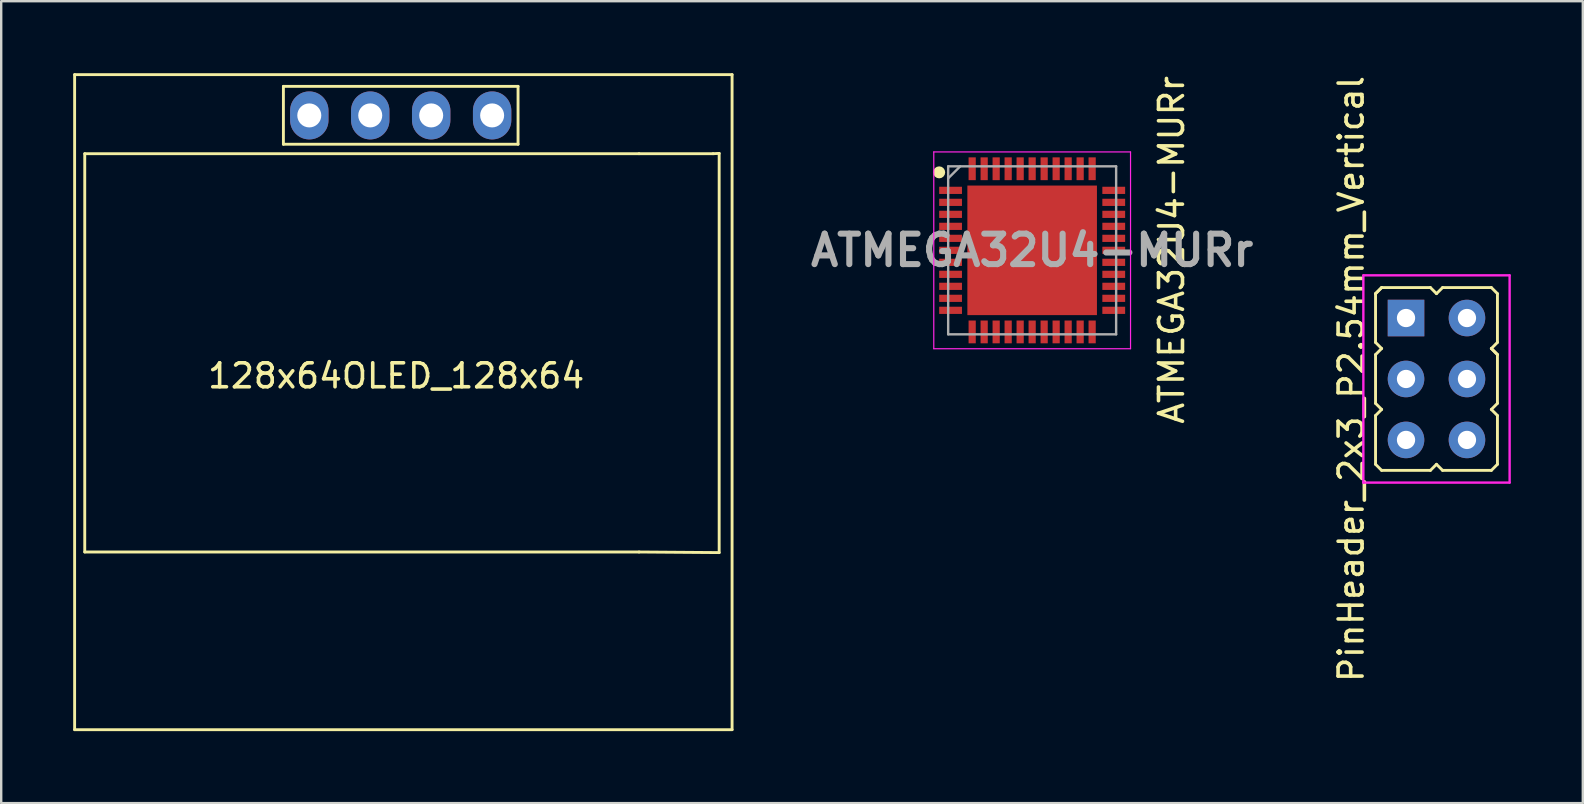
<source format=kicad_pcb>
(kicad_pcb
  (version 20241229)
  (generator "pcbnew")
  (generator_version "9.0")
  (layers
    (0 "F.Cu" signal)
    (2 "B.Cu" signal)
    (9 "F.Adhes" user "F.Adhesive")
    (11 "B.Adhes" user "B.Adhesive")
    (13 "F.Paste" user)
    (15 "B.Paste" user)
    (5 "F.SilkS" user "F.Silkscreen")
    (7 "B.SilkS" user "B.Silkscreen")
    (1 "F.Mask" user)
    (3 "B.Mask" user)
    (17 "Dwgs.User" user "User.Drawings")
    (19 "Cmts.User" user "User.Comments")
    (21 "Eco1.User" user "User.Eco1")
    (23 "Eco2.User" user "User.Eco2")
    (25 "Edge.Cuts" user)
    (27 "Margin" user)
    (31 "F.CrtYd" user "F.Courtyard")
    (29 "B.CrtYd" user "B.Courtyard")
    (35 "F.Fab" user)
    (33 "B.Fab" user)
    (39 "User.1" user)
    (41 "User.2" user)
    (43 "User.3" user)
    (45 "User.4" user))
  (footprint "ATMEGA32U4-MURr"
    (layer "F.Cu")
    (at 39.966 7.383)
    (property "Reference" "ATMEGA32U4-MURr" (at 5.81 -0.02 90) (layer "F.SilkS") (effects (font (size 1 1) (thickness 0.15))))
    (attr smd)
    (fp_circle (center -3.875 -3.25) (end -3.875 -3.125) (stroke (width 0.25) (type solid)) (fill no) (layer "F.SilkS"))
    (fp_line (start -4.1 -4.1) (end 4.1 -4.1) (stroke (width 0.05) (type solid)) (layer "F.CrtYd"))
    (fp_line (start -4.1 4.1) (end -4.1 -4.1) (stroke (width 0.05) (type solid)) (layer "F.CrtYd"))
    (fp_line (start 4.1 -4.1) (end 4.1 4.1) (stroke (width 0.05) (type solid)) (layer "F.CrtYd"))
    (fp_line (start 4.1 4.1) (end -4.1 4.1) (stroke (width 0.05) (type solid)) (layer "F.CrtYd"))
    (fp_line (start -3.5 -3.5) (end 3.5 -3.5) (stroke (width 0.1) (type solid)) (layer "F.Fab"))
    (fp_line (start -3.5 -3) (end -3 -3.5) (stroke (width 0.1) (type solid)) (layer "F.Fab"))
    (fp_line (start -3.5 3.5) (end -3.5 -3.5) (stroke (width 0.1) (type solid)) (layer "F.Fab"))
    (fp_line (start 3.5 -3.5) (end 3.5 3.5) (stroke (width 0.1) (type solid)) (layer "F.Fab"))
    (fp_line (start 3.5 3.5) (end -3.5 3.5) (stroke (width 0.1) (type solid)) (layer "F.Fab"))
    (fp_text user "${REFERENCE}" (at 0 0 0) (layer "F.Fab") (effects (font (size 1.27 1.27) (thickness 0.254))))
    (pad "1" smd rect (at -3.4 -2.5 90) (size 0.3 0.95) (layers "F.Cu" "F.Mask" "F.Paste"))
    (pad "2" smd rect (at -3.4 -2 90) (size 0.3 0.95) (layers "F.Cu" "F.Mask" "F.Paste"))
    (pad "3" smd rect (at -3.4 -1.5 90) (size 0.3 0.95) (layers "F.Cu" "F.Mask" "F.Paste"))
    (pad "4" smd rect (at -3.4 -1 90) (size 0.3 0.95) (layers "F.Cu" "F.Mask" "F.Paste"))
    (pad "5" smd rect (at -3.4 -0.5 90) (size 0.3 0.95) (layers "F.Cu" "F.Mask" "F.Paste"))
    (pad "6" smd rect (at -3.4 0 90) (size 0.3 0.95) (layers "F.Cu" "F.Mask" "F.Paste"))
    (pad "7" smd rect (at -3.4 0.5 90) (size 0.3 0.95) (layers "F.Cu" "F.Mask" "F.Paste"))
    (pad "8" smd rect (at -3.4 1 90) (size 0.3 0.95) (layers "F.Cu" "F.Mask" "F.Paste"))
    (pad "9" smd rect (at -3.4 1.5 90) (size 0.3 0.95) (layers "F.Cu" "F.Mask" "F.Paste"))
    (pad "10" smd rect (at -3.4 2 90) (size 0.3 0.95) (layers "F.Cu" "F.Mask" "F.Paste"))
    (pad "11" smd rect (at -3.4 2.5 90) (size 0.3 0.95) (layers "F.Cu" "F.Mask" "F.Paste"))
    (pad "12" smd rect (at -2.5 3.4) (size 0.3 0.95) (layers "F.Cu" "F.Mask" "F.Paste"))
    (pad "13" smd rect (at -2 3.4) (size 0.3 0.95) (layers "F.Cu" "F.Mask" "F.Paste"))
    (pad "14" smd rect (at -1.5 3.4) (size 0.3 0.95) (layers "F.Cu" "F.Mask" "F.Paste"))
    (pad "15" smd rect (at -1 3.4) (size 0.3 0.95) (layers "F.Cu" "F.Mask" "F.Paste"))
    (pad "16" smd rect (at -0.5 3.4) (size 0.3 0.95) (layers "F.Cu" "F.Mask" "F.Paste"))
    (pad "17" smd rect (at 0 3.4) (size 0.3 0.95) (layers "F.Cu" "F.Mask" "F.Paste"))
    (pad "18" smd rect (at 0.5 3.4) (size 0.3 0.95) (layers "F.Cu" "F.Mask" "F.Paste"))
    (pad "19" smd rect (at 1 3.4) (size 0.3 0.95) (layers "F.Cu" "F.Mask" "F.Paste"))
    (pad "20" smd rect (at 1.5 3.4) (size 0.3 0.95) (layers "F.Cu" "F.Mask" "F.Paste"))
    (pad "21" smd rect (at 2 3.4) (size 0.3 0.95) (layers "F.Cu" "F.Mask" "F.Paste"))
    (pad "22" smd rect (at 2.5 3.4) (size 0.3 0.95) (layers "F.Cu" "F.Mask" "F.Paste"))
    (pad "23" smd rect (at 3.4 2.5 90) (size 0.3 0.95) (layers "F.Cu" "F.Mask" "F.Paste"))
    (pad "24" smd rect (at 3.4 2 90) (size 0.3 0.95) (layers "F.Cu" "F.Mask" "F.Paste"))
    (pad "25" smd rect (at 3.4 1.5 90) (size 0.3 0.95) (layers "F.Cu" "F.Mask" "F.Paste"))
    (pad "26" smd rect (at 3.4 1 90) (size 0.3 0.95) (layers "F.Cu" "F.Mask" "F.Paste"))
    (pad "27" smd rect (at 3.4 0.5 90) (size 0.3 0.95) (layers "F.Cu" "F.Mask" "F.Paste"))
    (pad "28" smd rect (at 3.4 0 90) (size 0.3 0.95) (layers "F.Cu" "F.Mask" "F.Paste"))
    (pad "29" smd rect (at 3.4 -0.5 90) (size 0.3 0.95) (layers "F.Cu" "F.Mask" "F.Paste"))
    (pad "30" smd rect (at 3.4 -1 90) (size 0.3 0.95) (layers "F.Cu" "F.Mask" "F.Paste"))
    (pad "31" smd rect (at 3.4 -1.5 90) (size 0.3 0.95) (layers "F.Cu" "F.Mask" "F.Paste"))
    (pad "32" smd rect (at 3.4 -2 90) (size 0.3 0.95) (layers "F.Cu" "F.Mask" "F.Paste"))
    (pad "33" smd rect (at 3.4 -2.5 90) (size 0.3 0.95) (layers "F.Cu" "F.Mask" "F.Paste"))
    (pad "34" smd rect (at 2.5 -3.4) (size 0.3 0.95) (layers "F.Cu" "F.Mask" "F.Paste"))
    (pad "35" smd rect (at 2 -3.4) (size 0.3 0.95) (layers "F.Cu" "F.Mask" "F.Paste"))
    (pad "36" smd rect (at 1.5 -3.4) (size 0.3 0.95) (layers "F.Cu" "F.Mask" "F.Paste"))
    (pad "37" smd rect (at 1 -3.4) (size 0.3 0.95) (layers "F.Cu" "F.Mask" "F.Paste"))
    (pad "38" smd rect (at 0.5 -3.4) (size 0.3 0.95) (layers "F.Cu" "F.Mask" "F.Paste"))
    (pad "39" smd rect (at 0 -3.4) (size 0.3 0.95) (layers "F.Cu" "F.Mask" "F.Paste"))
    (pad "40" smd rect (at -0.5 -3.4) (size 0.3 0.95) (layers "F.Cu" "F.Mask" "F.Paste"))
    (pad "41" smd rect (at -1 -3.4) (size 0.3 0.95) (layers "F.Cu" "F.Mask" "F.Paste"))
    (pad "42" smd rect (at -1.5 -3.4) (size 0.3 0.95) (layers "F.Cu" "F.Mask" "F.Paste"))
    (pad "43" smd rect (at -2 -3.4) (size 0.3 0.95) (layers "F.Cu" "F.Mask" "F.Paste"))
    (pad "44" smd rect (at -2.5 -3.4) (size 0.3 0.95) (layers "F.Cu" "F.Mask" "F.Paste"))
    (pad "45" smd rect (at 0 0) (size 5.4 5.4) (layers "F.Cu" "F.Mask" "F.Paste")))
  (footprint "PinHeader_2x3_P2.54mm_Vertical"
    (layer "F.Cu")
    (at 56.817 12.744)
    (property "Reference" "PinHeader_2x3_P2.54mm_Vertical" (at -3.556 0 90) (layer "F.SilkS") (effects (font (size 1 1) (thickness 0.15))))
    (attr through_hole exclude_from_bom)
    (fp_line (start -2.54 -3.556) (end -2.286 -3.81) (stroke (width 0.12) (type solid)) (layer "F.SilkS"))
    (fp_line (start -2.54 -3.556) (end -2.286 -3.81) (stroke (width 0.12) (type solid)) (layer "F.SilkS"))
    (fp_line (start -2.54 -1.524) (end -2.54 -3.556) (stroke (width 0.12) (type solid)) (layer "F.SilkS"))
    (fp_line (start -2.54 -1.016) (end -2.286 -1.27) (stroke (width 0.12) (type solid)) (layer "F.SilkS"))
    (fp_line (start -2.54 1.016) (end -2.54 -1.016) (stroke (width 0.12) (type solid)) (layer "F.SilkS"))
    (fp_line (start -2.54 1.524) (end -2.286 1.27) (stroke (width 0.12) (type solid)) (layer "F.SilkS"))
    (fp_line (start -2.54 3.556) (end -2.54 1.524) (stroke (width 0.12) (type solid)) (layer "F.SilkS"))
    (fp_line (start -2.286 -1.27) (end -2.54 -1.524) (stroke (width 0.12) (type solid)) (layer "F.SilkS"))
    (fp_line (start -2.286 1.27) (end -2.54 1.016) (stroke (width 0.12) (type solid)) (layer "F.SilkS"))
    (fp_line (start -2.286 3.81) (end -2.54 3.556) (stroke (width 0.12) (type solid)) (layer "F.SilkS"))
    (fp_line (start -0.254 -3.81) (end -2.286 -3.81) (stroke (width 0.12) (type solid)) (layer "F.SilkS"))
    (fp_line (start -0.254 3.81) (end -2.286 3.81) (stroke (width 0.12) (type solid)) (layer "F.SilkS"))
    (fp_line (start -0.254 3.81) (end 0 3.556) (stroke (width 0.12) (type solid)) (layer "F.SilkS"))
    (fp_line (start 0 -3.556) (end -0.254 -3.81) (stroke (width 0.12) (type solid)) (layer "F.SilkS"))
    (fp_line (start 0.254 -3.81) (end 0 -3.556) (stroke (width 0.12) (type solid)) (layer "F.SilkS"))
    (fp_line (start 0.254 -3.81) (end 2.286 -3.81) (stroke (width 0.12) (type solid)) (layer "F.SilkS"))
    (fp_line (start 0.254 3.81) (end 0 3.556) (stroke (width 0.12) (type solid)) (layer "F.SilkS"))
    (fp_line (start 2.286 -3.81) (end 2.54 -3.556) (stroke (width 0.12) (type solid)) (layer "F.SilkS"))
    (fp_line (start 2.286 -1.27) (end 2.54 -1.016) (stroke (width 0.12) (type solid)) (layer "F.SilkS"))
    (fp_line (start 2.286 -1.27) (end 2.54 -1.016) (stroke (width 0.12) (type solid)) (layer "F.SilkS"))
    (fp_line (start 2.286 1.27) (end 2.54 1.524) (stroke (width 0.12) (type solid)) (layer "F.SilkS"))
    (fp_line (start 2.286 3.81) (end 0.254 3.81) (stroke (width 0.12) (type solid)) (layer "F.SilkS"))
    (fp_line (start 2.54 -3.556) (end 2.54 -1.524) (stroke (width 0.12) (type solid)) (layer "F.SilkS"))
    (fp_line (start 2.54 -1.524) (end 2.286 -1.27) (stroke (width 0.12) (type solid)) (layer "F.SilkS"))
    (fp_line (start 2.54 -1.016) (end 2.54 1.016) (stroke (width 0.12) (type solid)) (layer "F.SilkS"))
    (fp_line (start 2.54 1.016) (end 2.286 1.27) (stroke (width 0.12) (type solid)) (layer "F.SilkS"))
    (fp_line (start 2.54 1.524) (end 2.54 3.556) (stroke (width 0.12) (type solid)) (layer "F.SilkS"))
    (fp_line (start 2.54 3.556) (end 2.286 3.81) (stroke (width 0.12) (type solid)) (layer "F.SilkS"))
    (fp_line (start -3.048 4.318) (end -3.048 -4.318) (stroke (width 0.1) (type solid)) (layer "F.CrtYd"))
    (fp_line (start -3.048 4.318) (end 3.048 4.318) (stroke (width 0.1) (type solid)) (layer "F.CrtYd"))
    (fp_line (start 3.048 -4.318) (end -3.048 -4.318) (stroke (width 0.1) (type solid)) (layer "F.CrtYd"))
    (fp_line (start 3.048 -4.318) (end 3.048 4.318) (stroke (width 0.1) (type solid)) (layer "F.CrtYd"))
    (pad "1" thru_hole rect (at -1.27 -2.54 180) (size 1.524 1.524) (drill 0.762) (layers "*.Cu" "*.Mask"))
    (pad "2" thru_hole oval (at 1.27 -2.54 180) (size 1.524 1.524) (drill 0.762) (layers "*.Cu" "*.Mask"))
    (pad "3" thru_hole oval (at -1.27 0 180) (size 1.524 1.524) (drill 0.762) (layers "*.Cu" "*.Mask"))
    (pad "4" thru_hole oval (at 1.27 0 180) (size 1.524 1.524) (drill 0.762) (layers "*.Cu" "*.Mask"))
    (pad "5" thru_hole oval (at -1.27 2.54 180) (size 1.524 1.524) (drill 0.762) (layers "*.Cu" "*.Mask"))
    (pad "6" thru_hole oval (at 1.27 2.54 180) (size 1.524 1.524) (drill 0.762) (layers "*.Cu" "*.Mask")))
  (footprint "128x64OLED_128x64"
    (layer "F.Cu")
    (at 13.46 12.36)
    (property "Reference" "128x64OLED_128x64" (at 0 0.254 0) (layer "F.SilkS") (effects (font (size 1 1) (thickness 0.15))))
    (attr through_hole)
    (fp_line (start -13.4 -12.3) (end 14 -12.3) (stroke (width 0.12) (type solid)) (layer "F.SilkS"))
    (fp_line (start -13.4 15) (end -13.4 -12.3) (stroke (width 0.12) (type solid)) (layer "F.SilkS"))
    (fp_line (start -12.978 -9.005) (end 10.122 -9.005) (stroke (width 0.12) (type solid)) (layer "F.SilkS"))
    (fp_line (start -12.978 7.595) (end -12.978 -9.005) (stroke (width 0.12) (type solid)) (layer "F.SilkS"))
    (fp_line (start -4.699 -11.811) (end -4.699 -9.398) (stroke (width 0.12) (type solid)) (layer "F.SilkS"))
    (fp_line (start -4.699 -11.811) (end 5.08 -11.811) (stroke (width 0.12) (type solid)) (layer "F.SilkS"))
    (fp_line (start 5.08 -11.811) (end 5.08 -9.398) (stroke (width 0.12) (type solid)) (layer "F.SilkS"))
    (fp_line (start 5.08 -9.398) (end -4.699 -9.398) (stroke (width 0.12) (type solid)) (layer "F.SilkS"))
    (fp_line (start 10.122 -9.005) (end 13.208 -9.005) (stroke (width 0.12) (type solid)) (layer "F.SilkS"))
    (fp_line (start 10.122 7.595) (end -12.978 7.595) (stroke (width 0.12) (type solid)) (layer "F.SilkS"))
    (fp_line (start 10.122 7.595) (end 13.462 7.62) (stroke (width 0.12) (type solid)) (layer "F.SilkS"))
    (fp_line (start 13.462 -9.017) (end 13.208 -9.005) (stroke (width 0.12) (type solid)) (layer "F.SilkS"))
    (fp_line (start 13.462 7.62) (end 13.462 -9.017) (stroke (width 0.12) (type solid)) (layer "F.SilkS"))
    (fp_line (start 14 -12.3) (end 14 15) (stroke (width 0.12) (type solid)) (layer "F.SilkS"))
    (fp_line (start 14 15) (end -13.4 15) (stroke (width 0.12) (type solid)) (layer "F.SilkS"))
    (pad "1" thru_hole oval (at -3.62 -10.6 90) (size 2 1.6) (drill 1) (layers "*.Cu" "*.Mask"))
    (pad "2" thru_hole oval (at -1.08 -10.6 90) (size 2 1.6) (drill 1) (layers "*.Cu" "*.Mask"))
    (pad "3" thru_hole oval (at 1.46 -10.6 90) (size 2 1.6) (drill 1) (layers "*.Cu" "*.Mask"))
    (pad "4" thru_hole oval (at 4 -10.6 90) (size 2 1.6) (drill 1) (layers "*.Cu" "*.Mask")))
  (gr_rect
    (start -3 -3)
    (end 62.915 30.42)
    (stroke (width 0.1) (type default))
    (fill no)
    (layer "Edge.Cuts")))
</source>
